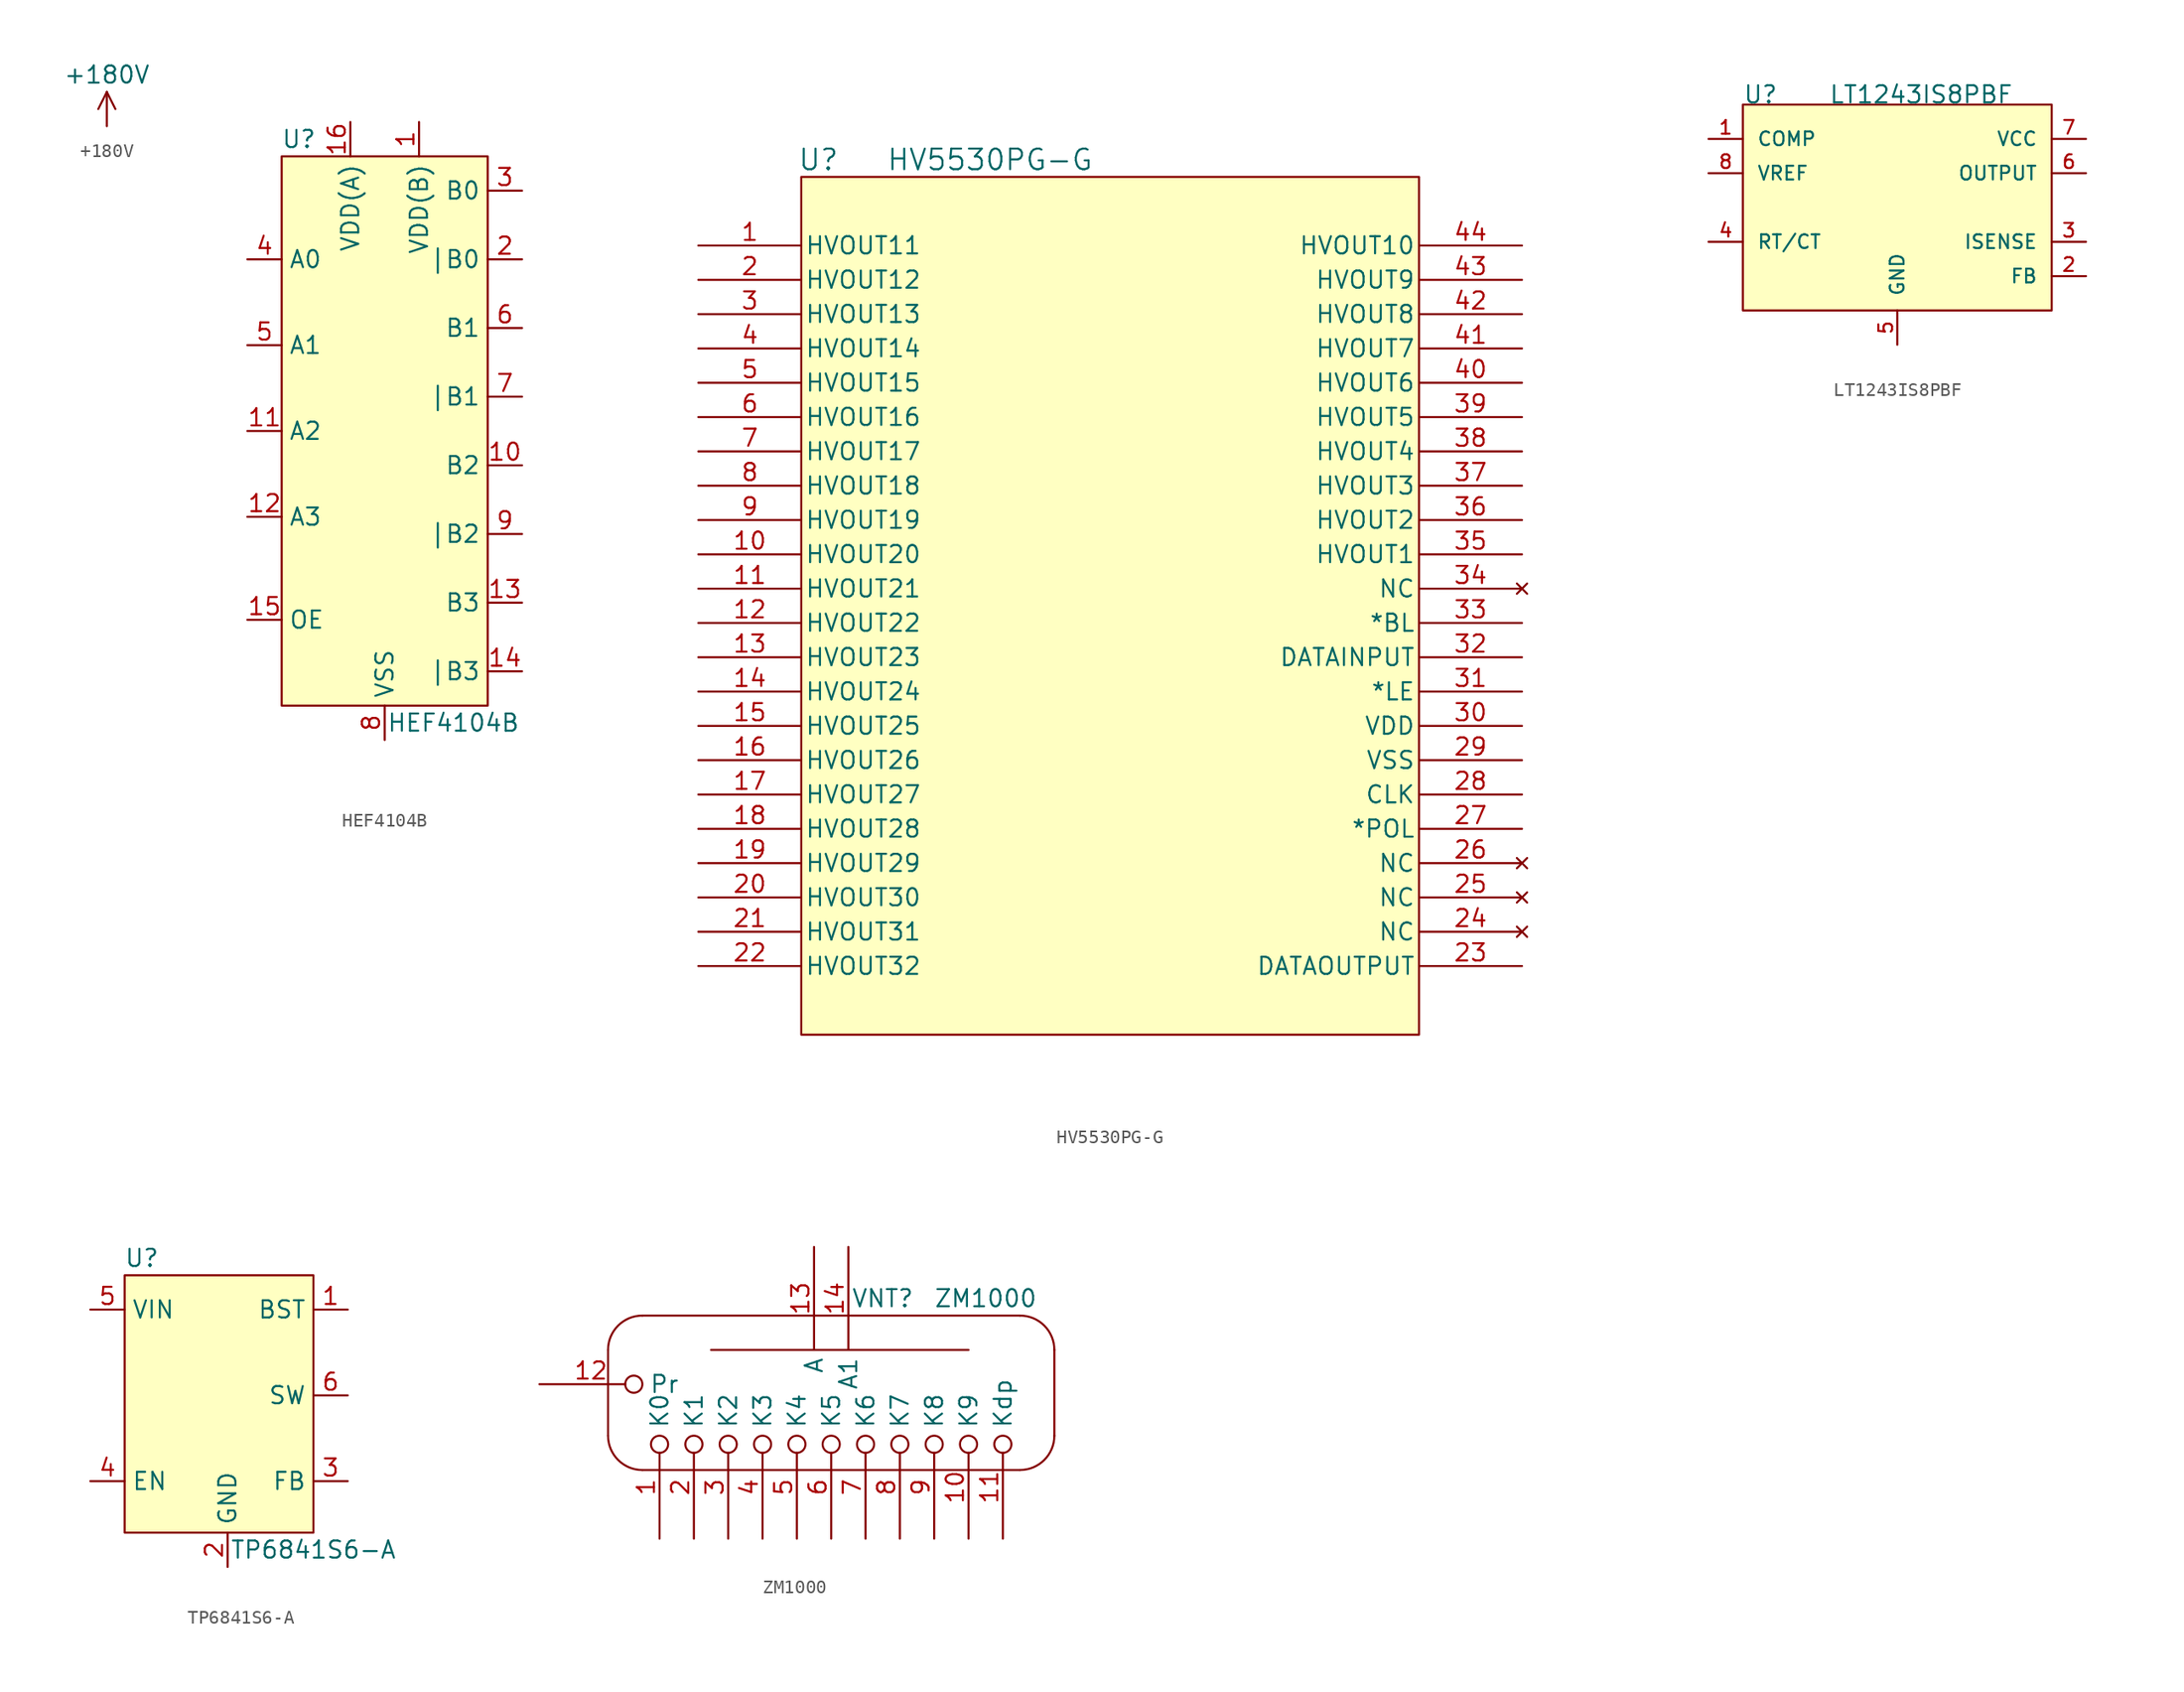
<source format=kicad_sym>
(kicad_symbol_lib
  (version 20220914)
  (generator kicad_symbol_editor)
  (symbol "+180V"
    (power)
    (property "Reference" "#PWR"
      (at 4.445 -2.54 0)
      (effects (font (size 1.27 1.27)) hide))
    (property "Value" "+180V"
      (at 0 3.81 0)
      (effects (font (size 1.27 1.27))))
    (symbol "+180V_0_1"
      (polyline (pts (xy 0 0) (xy 0 2.54)) (stroke (width 0) (type default)) (fill (type none)))
      (polyline (pts (xy 0 2.54) (xy -0.635 1.27)) (stroke (width 0) (type default)) (fill (type none)))
      (polyline (pts (xy 0 2.54) (xy 0.635 1.27)) (stroke (width 0) (type default)) (fill (type none))))
    (symbol "+180V_1_1"
      (pin input line (at 0 0 90) (length 2.54) hide (name "+180V" (effects (font (size 1.27 1.27)))) (number "" (effects (font (size 1.27 1.27)))))))
  (symbol "HEF4104B"
    (property "Reference" "U"
      (at -6.35 21.59 0)
      (effects (font (size 1.27 1.27))))
    (property "Value" "HEF4104B"
      (at 5.08 -21.59 0)
      (effects (font (size 1.27 1.27))))
    (symbol "HEF4104B_1_1"
      (rectangle (start -7.62 20.32) (end 7.62 -20.32) (stroke (width 0) (type default)) (fill (type background)))
      (pin power_in line (at 2.54 22.86 270) (length 2.54) (name "VDD(B)" (effects (font (size 1.27 1.27)))) (number "1" (effects (font (size 1.27 1.27)))))
      (pin output line (at 10.16 -2.54 180) (length 2.54) (name "B2" (effects (font (size 1.27 1.27)))) (number "10" (effects (font (size 1.27 1.27)))))
      (pin input line (at -10.16 0 0) (length 2.54) (name "A2" (effects (font (size 1.27 1.27)))) (number "11" (effects (font (size 1.27 1.27)))))
      (pin input line (at -10.16 -6.35 0) (length 2.54) (name "A3" (effects (font (size 1.27 1.27)))) (number "12" (effects (font (size 1.27 1.27)))))
      (pin output line (at 10.16 -12.7 180) (length 2.54) (name "B3" (effects (font (size 1.27 1.27)))) (number "13" (effects (font (size 1.27 1.27)))))
      (pin output line (at 10.16 -17.78 180) (length 2.54) (name "|B3" (effects (font (size 1.27 1.27)))) (number "14" (effects (font (size 1.27 1.27)))))
      (pin input line (at -10.16 -13.97 0) (length 2.54) (name "OE" (effects (font (size 1.27 1.27)))) (number "15" (effects (font (size 1.27 1.27)))))
      (pin input line (at -2.54 22.86 270) (length 2.54) (name "VDD(A)" (effects (font (size 1.27 1.27)))) (number "16" (effects (font (size 1.27 1.27)))))
      (pin output line (at 10.16 12.7 180) (length 2.54) (name "|B0" (effects (font (size 1.27 1.27)))) (number "2" (effects (font (size 1.27 1.27)))))
      (pin output line (at 10.16 17.78 180) (length 2.54) (name "B0" (effects (font (size 1.27 1.27)))) (number "3" (effects (font (size 1.27 1.27)))))
      (pin input line (at -10.16 12.7 0) (length 2.54) (name "A0" (effects (font (size 1.27 1.27)))) (number "4" (effects (font (size 1.27 1.27)))))
      (pin input line (at -10.16 6.35 0) (length 2.54) (name "A1" (effects (font (size 1.27 1.27)))) (number "5" (effects (font (size 1.27 1.27)))))
      (pin output line (at 10.16 7.62 180) (length 2.54) (name "B1" (effects (font (size 1.27 1.27)))) (number "6" (effects (font (size 1.27 1.27)))))
      (pin output line (at 10.16 2.54 180) (length 2.54) (name "|B1" (effects (font (size 1.27 1.27)))) (number "7" (effects (font (size 1.27 1.27)))))
      (pin power_in line (at 0 -22.86 90) (length 2.54) (name "VSS" (effects (font (size 1.27 1.27)))) (number "8" (effects (font (size 1.27 1.27)))))
      (pin output line (at 10.16 -7.62 180) (length 2.54) (name "|B2" (effects (font (size 1.27 1.27)))) (number "9" (effects (font (size 1.27 1.27)))))))
  (symbol "HV5530PG-G"
    (pin_names
      (offset 0.254))
    (property "Reference" "U"
      (at -21.59 31.75 0)
      (effects (font (size 1.524 1.524))))
    (property "Value" "HV5530PG-G"
      (at -8.89 31.75 0)
      (effects (font (size 1.524 1.524))))
    (symbol "HV5530PG-G_0_1"
      (rectangle (start -22.86 30.48) (end 22.86 -33.02) (stroke (width 0) (type default)) (fill (type background)))
      (pin output line (at -30.48 25.4 0) (length 7.62) (name "HVOUT11" (effects (font (size 1.27 1.27)))) (number "1" (effects (font (size 1.27 1.27)))))
      (pin output line (at -30.48 2.54 0) (length 7.62) (name "HVOUT20" (effects (font (size 1.27 1.27)))) (number "10" (effects (font (size 1.27 1.27)))))
      (pin output line (at -30.48 0 0) (length 7.62) (name "HVOUT21" (effects (font (size 1.27 1.27)))) (number "11" (effects (font (size 1.27 1.27)))))
      (pin output line (at -30.48 -2.54 0) (length 7.62) (name "HVOUT22" (effects (font (size 1.27 1.27)))) (number "12" (effects (font (size 1.27 1.27)))))
      (pin output line (at -30.48 -5.08 0) (length 7.62) (name "HVOUT23" (effects (font (size 1.27 1.27)))) (number "13" (effects (font (size 1.27 1.27)))))
      (pin output line (at -30.48 -7.62 0) (length 7.62) (name "HVOUT24" (effects (font (size 1.27 1.27)))) (number "14" (effects (font (size 1.27 1.27)))))
      (pin output line (at -30.48 -10.16 0) (length 7.62) (name "HVOUT25" (effects (font (size 1.27 1.27)))) (number "15" (effects (font (size 1.27 1.27)))))
      (pin output line (at -30.48 -12.7 0) (length 7.62) (name "HVOUT26" (effects (font (size 1.27 1.27)))) (number "16" (effects (font (size 1.27 1.27)))))
      (pin output line (at -30.48 -15.24 0) (length 7.62) (name "HVOUT27" (effects (font (size 1.27 1.27)))) (number "17" (effects (font (size 1.27 1.27)))))
      (pin output line (at -30.48 -17.78 0) (length 7.62) (name "HVOUT28" (effects (font (size 1.27 1.27)))) (number "18" (effects (font (size 1.27 1.27)))))
      (pin output line (at -30.48 -20.32 0) (length 7.62) (name "HVOUT29" (effects (font (size 1.27 1.27)))) (number "19" (effects (font (size 1.27 1.27)))))
      (pin output line (at -30.48 22.86 0) (length 7.62) (name "HVOUT12" (effects (font (size 1.27 1.27)))) (number "2" (effects (font (size 1.27 1.27)))))
      (pin output line (at -30.48 -22.86 0) (length 7.62) (name "HVOUT30" (effects (font (size 1.27 1.27)))) (number "20" (effects (font (size 1.27 1.27)))))
      (pin output line (at -30.48 -25.4 0) (length 7.62) (name "HVOUT31" (effects (font (size 1.27 1.27)))) (number "21" (effects (font (size 1.27 1.27)))))
      (pin output line (at -30.48 -27.94 0) (length 7.62) (name "HVOUT32" (effects (font (size 1.27 1.27)))) (number "22" (effects (font (size 1.27 1.27)))))
      (pin output line (at 30.48 -27.94 180) (length 7.62) (name "DATAOUTPUT" (effects (font (size 1.27 1.27)))) (number "23" (effects (font (size 1.27 1.27)))))
      (pin no_connect line (at 30.48 -25.4 180) (length 7.62) (name "NC" (effects (font (size 1.27 1.27)))) (number "24" (effects (font (size 1.27 1.27)))))
      (pin no_connect line (at 30.48 -22.86 180) (length 7.62) (name "NC" (effects (font (size 1.27 1.27)))) (number "25" (effects (font (size 1.27 1.27)))))
      (pin no_connect line (at 30.48 -20.32 180) (length 7.62) (name "NC" (effects (font (size 1.27 1.27)))) (number "26" (effects (font (size 1.27 1.27)))))
      (pin unspecified line (at 30.48 -17.78 180) (length 7.62) (name "*POL" (effects (font (size 1.27 1.27)))) (number "27" (effects (font (size 1.27 1.27)))))
      (pin input line (at 30.48 -15.24 180) (length 7.62) (name "CLK" (effects (font (size 1.27 1.27)))) (number "28" (effects (font (size 1.27 1.27)))))
      (pin power_in line (at 30.48 -12.7 180) (length 7.62) (name "VSS" (effects (font (size 1.27 1.27)))) (number "29" (effects (font (size 1.27 1.27)))))
      (pin output line (at -30.48 20.32 0) (length 7.62) (name "HVOUT13" (effects (font (size 1.27 1.27)))) (number "3" (effects (font (size 1.27 1.27)))))
      (pin power_in line (at 30.48 -10.16 180) (length 7.62) (name "VDD" (effects (font (size 1.27 1.27)))) (number "30" (effects (font (size 1.27 1.27)))))
      (pin input line (at 30.48 -7.62 180) (length 7.62) (name "*LE" (effects (font (size 1.27 1.27)))) (number "31" (effects (font (size 1.27 1.27)))))
      (pin input line (at 30.48 -5.08 180) (length 7.62) (name "DATAINPUT" (effects (font (size 1.27 1.27)))) (number "32" (effects (font (size 1.27 1.27)))))
      (pin unspecified line (at 30.48 -2.54 180) (length 7.62) (name "*BL" (effects (font (size 1.27 1.27)))) (number "33" (effects (font (size 1.27 1.27)))))
      (pin no_connect line (at 30.48 0 180) (length 7.62) (name "NC" (effects (font (size 1.27 1.27)))) (number "34" (effects (font (size 1.27 1.27)))))
      (pin output line (at 30.48 2.54 180) (length 7.62) (name "HVOUT1" (effects (font (size 1.27 1.27)))) (number "35" (effects (font (size 1.27 1.27)))))
      (pin output line (at 30.48 5.08 180) (length 7.62) (name "HVOUT2" (effects (font (size 1.27 1.27)))) (number "36" (effects (font (size 1.27 1.27)))))
      (pin output line (at 30.48 7.62 180) (length 7.62) (name "HVOUT3" (effects (font (size 1.27 1.27)))) (number "37" (effects (font (size 1.27 1.27)))))
      (pin output line (at 30.48 10.16 180) (length 7.62) (name "HVOUT4" (effects (font (size 1.27 1.27)))) (number "38" (effects (font (size 1.27 1.27)))))
      (pin output line (at 30.48 12.7 180) (length 7.62) (name "HVOUT5" (effects (font (size 1.27 1.27)))) (number "39" (effects (font (size 1.27 1.27)))))
      (pin output line (at -30.48 17.78 0) (length 7.62) (name "HVOUT14" (effects (font (size 1.27 1.27)))) (number "4" (effects (font (size 1.27 1.27)))))
      (pin output line (at 30.48 15.24 180) (length 7.62) (name "HVOUT6" (effects (font (size 1.27 1.27)))) (number "40" (effects (font (size 1.27 1.27)))))
      (pin output line (at 30.48 17.78 180) (length 7.62) (name "HVOUT7" (effects (font (size 1.27 1.27)))) (number "41" (effects (font (size 1.27 1.27)))))
      (pin output line (at 30.48 20.32 180) (length 7.62) (name "HVOUT8" (effects (font (size 1.27 1.27)))) (number "42" (effects (font (size 1.27 1.27)))))
      (pin output line (at 30.48 22.86 180) (length 7.62) (name "HVOUT9" (effects (font (size 1.27 1.27)))) (number "43" (effects (font (size 1.27 1.27)))))
      (pin output line (at 30.48 25.4 180) (length 7.62) (name "HVOUT10" (effects (font (size 1.27 1.27)))) (number "44" (effects (font (size 1.27 1.27)))))
      (pin output line (at -30.48 15.24 0) (length 7.62) (name "HVOUT15" (effects (font (size 1.27 1.27)))) (number "5" (effects (font (size 1.27 1.27)))))
      (pin output line (at -30.48 12.7 0) (length 7.62) (name "HVOUT16" (effects (font (size 1.27 1.27)))) (number "6" (effects (font (size 1.27 1.27)))))
      (pin output line (at -30.48 10.16 0) (length 7.62) (name "HVOUT17" (effects (font (size 1.27 1.27)))) (number "7" (effects (font (size 1.27 1.27)))))
      (pin output line (at -30.48 7.62 0) (length 7.62) (name "HVOUT18" (effects (font (size 1.27 1.27)))) (number "8" (effects (font (size 1.27 1.27)))))
      (pin output line (at -30.48 5.08 0) (length 7.62) (name "HVOUT19" (effects (font (size 1.27 1.27)))) (number "9" (effects (font (size 1.27 1.27)))))))
  (symbol "LT1243IS8PBF"
    (pin_names
      (offset 1.016))
    (property "Reference" "U"
      (at -11.43 7.62 0)
      (effects (font (size 1.27 1.27)) (justify left bottom)))
    (property "Value" "LT1243IS8PBF"
      (at -5.08 7.62 0)
      (effects (font (size 1.27 1.27)) (justify left bottom)))
    (symbol "LT1243IS8PBF_0_0"
      (rectangle (start -11.43 7.62) (end 11.43 -7.62) (stroke (width 0.152) (type default)) (fill (type background)))
      (pin output line (at -13.97 5.08 0) (length 2.54) (name "COMP" (effects (font (size 1.016 1.016)))) (number "1" (effects (font (size 1.016 1.016)))))
      (pin input line (at 13.97 -5.08 180) (length 2.54) (name "FB" (effects (font (size 1.016 1.016)))) (number "2" (effects (font (size 1.016 1.016)))))
      (pin input line (at 13.97 -2.54 180) (length 2.54) (name "ISENSE" (effects (font (size 1.016 1.016)))) (number "3" (effects (font (size 1.016 1.016)))))
      (pin passive line (at -13.97 -2.54 0) (length 2.54) (name "RT/CT" (effects (font (size 1.016 1.016)))) (number "4" (effects (font (size 1.016 1.016)))))
      (pin power_in line (at 0 -10.16 90) (length 2.54) (name "GND" (effects (font (size 1.016 1.016)))) (number "5" (effects (font (size 1.016 1.016)))))
      (pin output line (at 13.97 2.54 180) (length 2.54) (name "OUTPUT" (effects (font (size 1.016 1.016)))) (number "6" (effects (font (size 1.016 1.016)))))
      (pin power_in line (at 13.97 5.08 180) (length 2.54) (name "VCC" (effects (font (size 1.016 1.016)))) (number "7" (effects (font (size 1.016 1.016)))))
      (pin output line (at -13.97 2.54 0) (length 2.54) (name "VREF" (effects (font (size 1.016 1.016)))) (number "8" (effects (font (size 1.016 1.016)))))))
  (symbol "TP6841S6-A"
    (property "Reference" "U"
      (at -6.35 10.16 0)
      (effects (font (size 1.27 1.27))))
    (property "Value" "TP6841S6-A"
      (at 6.35 -11.43 0)
      (effects (font (size 1.27 1.27))))
    (symbol "TP6841S6-A_0_1"
      (rectangle (start -7.62 8.89) (end 6.35 -10.16) (stroke (width 0) (type default)) (fill (type background))))
    (symbol "TP6841S6-A_1_1"
      (pin output line (at 8.89 6.35 180) (length 2.54) (name "BST" (effects (font (size 1.27 1.27)))) (number "1" (effects (font (size 1.27 1.27)))))
      (pin power_out line (at 0 -12.7 90) (length 2.54) (name "GND" (effects (font (size 1.27 1.27)))) (number "2" (effects (font (size 1.27 1.27)))))
      (pin input line (at 8.89 -6.35 180) (length 2.54) (name "FB" (effects (font (size 1.27 1.27)))) (number "3" (effects (font (size 1.27 1.27)))))
      (pin input line (at -10.16 -6.35 0) (length 2.54) (name "EN" (effects (font (size 1.27 1.27)))) (number "4" (effects (font (size 1.27 1.27)))))
      (pin power_in line (at -10.16 6.35 0) (length 2.54) (name "VIN" (effects (font (size 1.27 1.27)))) (number "5" (effects (font (size 1.27 1.27)))))
      (pin output line (at 8.89 0 180) (length 2.54) (name "SW" (effects (font (size 1.27 1.27)))) (number "6" (effects (font (size 1.27 1.27)))))))
  (symbol "ZM1000"
    (property "Reference" "VNT"
      (at 3.81 6.35 0)
      (effects (font (size 1.27 1.27))))
    (property "Value" "ZM1000"
      (at 11.43 6.35 0)
      (effects (font (size 1.27 1.27))))
    (symbol "ZM1000_0_1"
      (arc (start -16.5098 -3.8098) (mid -15.7659 -5.6059) (end -13.9698 -6.3498) (stroke (width 0) (type default)) (fill (type none)))
      (arc (start -13.9698 5.0798) (mid -15.7659 4.3359) (end -16.5098 2.5398) (stroke (width 0) (type default)) (fill (type none)))
      (polyline (pts (xy -16.51 2.54) (xy -16.51 -3.81)) (stroke (width 0) (type default)) (fill (type none)))
      (polyline (pts (xy -13.97 5.08) (xy 13.97 5.08)) (stroke (width 0) (type default)) (fill (type none)))
      (polyline (pts (xy -8.89 2.54) (xy 10.16 2.54)) (stroke (width 0) (type default)) (fill (type none)))
      (polyline (pts (xy 13.97 -6.35) (xy -13.97 -6.35)) (stroke (width 0) (type default)) (fill (type none)))
      (polyline (pts (xy 16.51 2.54) (xy 16.51 -3.81)) (stroke (width 0) (type default)) (fill (type none)))
      (arc (start 13.97 -6.35) (mid 15.7661 -5.6061) (end 16.51 -3.81) (stroke (width 0) (type default)) (fill (type none)))
      (arc (start 16.51 2.54) (mid 15.7661 4.3361) (end 13.97 5.08) (stroke (width 0) (type default)) (fill (type none))))
    (symbol "ZM1000_1_1"
      (pin passive inverted (at -12.7 -11.43 90) (length 7.62) (name "K0" (effects (font (size 1.27 1.27)))) (number "1" (effects (font (size 1.27 1.27)))))
      (pin passive inverted (at 10.16 -11.43 90) (length 7.62) (name "K9" (effects (font (size 1.27 1.27)))) (number "10" (effects (font (size 1.27 1.27)))))
      (pin passive inverted (at 12.7 -11.43 90) (length 7.62) (name "Kdp" (effects (font (size 1.27 1.27)))) (number "11" (effects (font (size 1.27 1.27)))))
      (pin passive inverted (at -21.59 0 0) (length 7.62) (name "Pr" (effects (font (size 1.27 1.27)))) (number "12" (effects (font (size 1.27 1.27)))))
      (pin input line (at -1.27 10.16 270) (length 7.62) (name "A" (effects (font (size 1.27 1.27)))) (number "13" (effects (font (size 1.27 1.27)))))
      (pin input line (at 1.27 10.16 270) (length 7.62) (name "A1" (effects (font (size 1.27 1.27)))) (number "14" (effects (font (size 1.27 1.27)))))
      (pin passive inverted (at -10.16 -11.43 90) (length 7.62) (name "K1" (effects (font (size 1.27 1.27)))) (number "2" (effects (font (size 1.27 1.27)))))
      (pin passive inverted (at -7.62 -11.43 90) (length 7.62) (name "K2" (effects (font (size 1.27 1.27)))) (number "3" (effects (font (size 1.27 1.27)))))
      (pin passive inverted (at -5.08 -11.43 90) (length 7.62) (name "K3" (effects (font (size 1.27 1.27)))) (number "4" (effects (font (size 1.27 1.27)))))
      (pin passive inverted (at -2.54 -11.43 90) (length 7.62) (name "K4" (effects (font (size 1.27 1.27)))) (number "5" (effects (font (size 1.27 1.27)))))
      (pin passive inverted (at 0 -11.43 90) (length 7.62) (name "K5" (effects (font (size 1.27 1.27)))) (number "6" (effects (font (size 1.27 1.27)))))
      (pin passive inverted (at 2.54 -11.43 90) (length 7.62) (name "K6" (effects (font (size 1.27 1.27)))) (number "7" (effects (font (size 1.27 1.27)))))
      (pin passive inverted (at 5.08 -11.43 90) (length 7.62) (name "K7" (effects (font (size 1.27 1.27)))) (number "8" (effects (font (size 1.27 1.27)))))
      (pin passive inverted (at 7.62 -11.43 90) (length 7.62) (name "K8" (effects (font (size 1.27 1.27)))) (number "9" (effects (font (size 1.27 1.27))))))))
</source>
